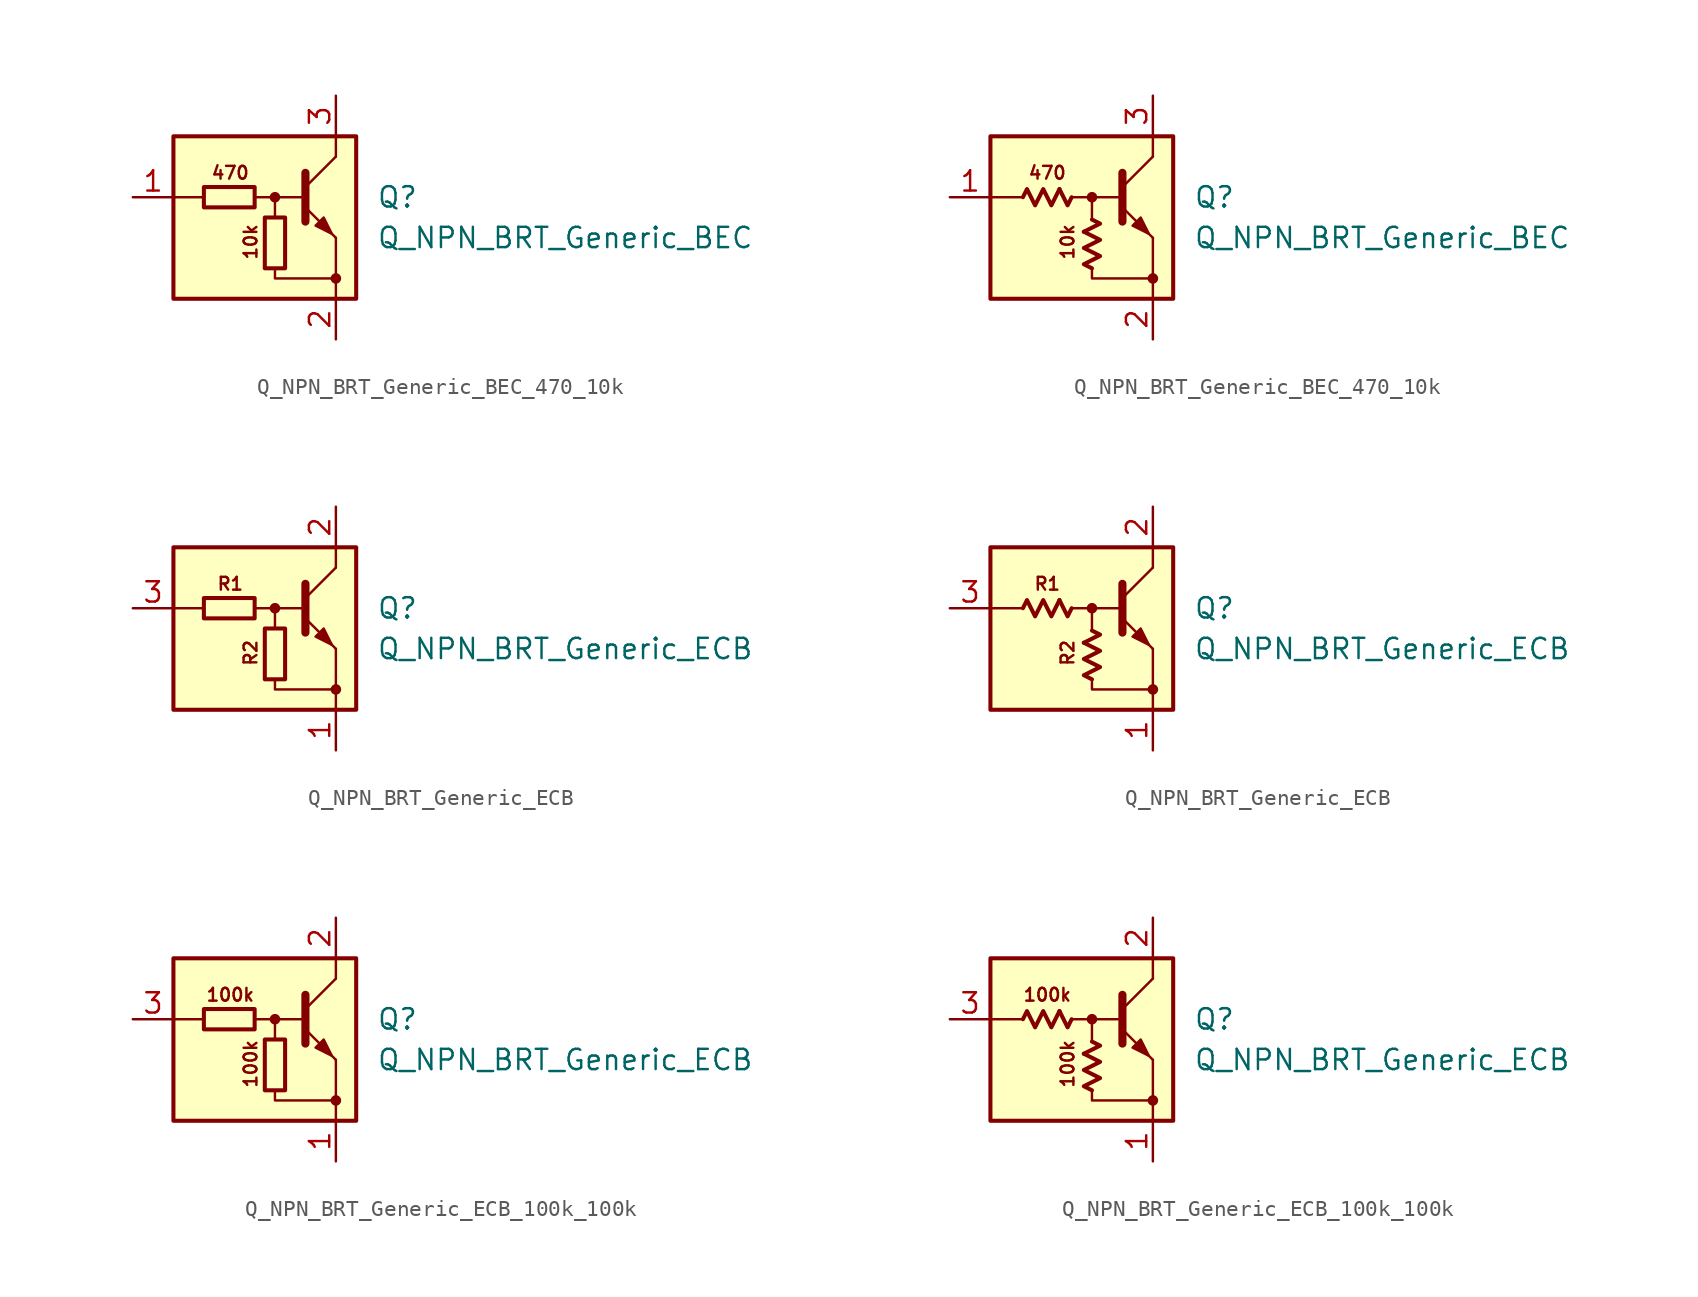
<source format=kicad_sym>
(kicad_symbol_lib
  (version 20220914)
  (generator kicad_symbol_editor)
  (symbol "Q_NPN_BRT_Generic_BEC_470_10k"
    (pin_names hide)
    (property "Reference" "Q"
      (at 6.35 1.27 0)
      (effects (font (size 1.27 1.27)) (justify left)))
    (property "Value" "Q_NPN_BRT_Generic_BEC"
      (at 6.35 -1.27 0)
      (effects (font (size 1.27 1.27)) (justify left)))
    (symbol "Q_NPN_BRT_Generic_BEC_470_10k_0_1"
      (rectangle (start -4.445 1.905) (end -1.27 0.635) (stroke (width 0.254) (type default)) (fill (type none)))
      (rectangle (start -0.635 0) (end 0.635 -3.175) (stroke (width 0.254) (type default)) (fill (type none))))
    (symbol "Q_NPN_BRT_Generic_BEC_470_10k_0_2"
      (polyline (pts (xy -2.032 1.778) (xy -1.524 0.762) (xy -1.27 1.27)) (stroke (width 0.254) (type default)) (fill (type none)))
      (polyline (pts (xy -0.508 -0.889) (xy 0.508 -0.381) (xy 0 -0.127)) (stroke (width 0.254) (type default)) (fill (type none)))
      (polyline (pts (xy -4.318 1.27) (xy -4.064 1.778) (xy -3.556 0.762) (xy -3.048 1.778) (xy -2.54 0.762) (xy -2.032 1.778)) (stroke (width 0.254) (type default)) (fill (type none)))
      (polyline (pts (xy 0 -3.175) (xy -0.508 -2.921) (xy 0.508 -2.413) (xy -0.508 -1.905) (xy 0.508 -1.397) (xy -0.508 -0.889)) (stroke (width 0.254) (type default)) (fill (type none))))
    (symbol "Q_NPN_BRT_Generic_BEC_470_10k_1_0"
      (rectangle (start -6.35 5.08) (end 5.08 -5.08) (stroke (width 0.254) (type default)) (fill (type background)))
      (polyline (pts (xy -4.445 1.27) (xy -6.35 1.27)) (stroke (width 0) (type default)) (fill (type none)))
      (polyline (pts (xy -0.254 1.27) (xy 1.905 1.27)) (stroke (width 0) (type default)) (fill (type none)))
      (polyline (pts (xy 1.905 1.905) (xy 3.81 3.81)) (stroke (width 0) (type default)) (fill (type none)))
      (polyline (pts (xy 1.905 2.794) (xy 1.905 -0.254)) (stroke (width 0.508) (type default)) (fill (type none)))
      (polyline (pts (xy 3.81 -3.81) (xy 3.81 -5.08)) (stroke (width 0) (type default)) (fill (type none)))
      (polyline (pts (xy 3.81 -3.81) (xy 3.81 -1.27)) (stroke (width 0) (type default)) (fill (type none)))
      (polyline (pts (xy 3.81 3.81) (xy 3.81 5.08)) (stroke (width 0) (type default)) (fill (type none)))
      (polyline (pts (xy -1.27 1.27) (xy 0 1.27) (xy 0 0)) (stroke (width 0) (type default)) (fill (type none)))
      (polyline (pts (xy 0 -3.175) (xy 0 -3.81) (xy 3.81 -3.81)) (stroke (width 0) (type default)) (fill (type none)))
      (polyline (pts (xy 1.905 0.635) (xy 3.81 -1.27) (xy 3.81 -1.27)) (stroke (width 0) (type default)) (fill (type none)))
      (polyline (pts (xy 2.54 -0.508) (xy 3.048 0) (xy 3.556 -1.016) (xy 2.54 -0.508) (xy 2.54 -0.508)) (stroke (width 0) (type default)) (fill (type outline)))
      (circle (center 0 1.27) (radius 0.254) (stroke (width 0) (type default)) (fill (type outline)))
      (circle (center 3.81 -3.81) (radius 0.254) (stroke (width 0) (type default)) (fill (type outline)))
      (text "10k" (at -1.524 -1.524 900) (effects (font (size 0.8 0.8))))
      (text "470" (at -2.794 2.794 0) (effects (font (size 0.8 0.8)))))
    (symbol "Q_NPN_BRT_Generic_BEC_470_10k_1_1"
      (pin input line (at -8.89 1.27 0) (length 2.54) (name "B" (effects (font (size 1.27 1.27)))) (number "1" (effects (font (size 1.27 1.27)))))
      (pin passive line (at 3.81 -7.62 90) (length 2.54) (name "E" (effects (font (size 1.27 1.27)))) (number "2" (effects (font (size 1.27 1.27)))))
      (pin passive line (at 3.81 7.62 270) (length 2.54) (name "C" (effects (font (size 1.27 1.27)))) (number "3" (effects (font (size 1.27 1.27))))))
    (symbol "Q_NPN_BRT_Generic_BEC_470_10k_1_2"
      (pin input line (at -8.89 1.27 0) (length 2.54) (name "B" (effects (font (size 1.27 1.27)))) (number "1" (effects (font (size 1.27 1.27)))))
      (pin passive line (at 3.81 -7.62 90) (length 2.54) (name "E" (effects (font (size 1.27 1.27)))) (number "2" (effects (font (size 1.27 1.27)))))
      (pin passive line (at 3.81 7.62 270) (length 2.54) (name "C" (effects (font (size 1.27 1.27)))) (number "3" (effects (font (size 1.27 1.27)))))))
  (symbol "Q_NPN_BRT_Generic_ECB"
    (pin_names hide)
    (property "Reference" "Q"
      (at 6.35 1.27 0)
      (effects (font (size 1.27 1.27)) (justify left)))
    (property "Value" "Q_NPN_BRT_Generic_ECB"
      (at 6.35 -1.27 0)
      (effects (font (size 1.27 1.27)) (justify left)))
    (symbol "Q_NPN_BRT_Generic_ECB_0_1"
      (rectangle (start -4.445 1.905) (end -1.27 0.635) (stroke (width 0.254) (type default)) (fill (type none)))
      (rectangle (start -0.635 0) (end 0.635 -3.175) (stroke (width 0.254) (type default)) (fill (type none))))
    (symbol "Q_NPN_BRT_Generic_ECB_0_2"
      (polyline (pts (xy -2.032 1.778) (xy -1.524 0.762) (xy -1.27 1.27)) (stroke (width 0.254) (type default)) (fill (type none)))
      (polyline (pts (xy -0.508 -0.889) (xy 0.508 -0.381) (xy 0 -0.127)) (stroke (width 0.254) (type default)) (fill (type none)))
      (polyline (pts (xy -4.318 1.27) (xy -4.064 1.778) (xy -3.556 0.762) (xy -3.048 1.778) (xy -2.54 0.762) (xy -2.032 1.778)) (stroke (width 0.254) (type default)) (fill (type none)))
      (polyline (pts (xy 0 -3.175) (xy -0.508 -2.921) (xy 0.508 -2.413) (xy -0.508 -1.905) (xy 0.508 -1.397) (xy -0.508 -0.889)) (stroke (width 0.254) (type default)) (fill (type none))))
    (symbol "Q_NPN_BRT_Generic_ECB_1_0"
      (rectangle (start -6.35 5.08) (end 5.08 -5.08) (stroke (width 0.254) (type default)) (fill (type background)))
      (polyline (pts (xy -4.445 1.27) (xy -6.35 1.27)) (stroke (width 0) (type default)) (fill (type none)))
      (polyline (pts (xy -0.254 1.27) (xy 1.905 1.27)) (stroke (width 0) (type default)) (fill (type none)))
      (polyline (pts (xy 1.905 1.905) (xy 3.81 3.81)) (stroke (width 0) (type default)) (fill (type none)))
      (polyline (pts (xy 1.905 2.794) (xy 1.905 -0.254)) (stroke (width 0.508) (type default)) (fill (type none)))
      (polyline (pts (xy 3.81 -3.81) (xy 3.81 -5.08)) (stroke (width 0) (type default)) (fill (type none)))
      (polyline (pts (xy 3.81 -3.81) (xy 3.81 -1.27)) (stroke (width 0) (type default)) (fill (type none)))
      (polyline (pts (xy 3.81 3.81) (xy 3.81 5.08)) (stroke (width 0) (type default)) (fill (type none)))
      (polyline (pts (xy -1.27 1.27) (xy 0 1.27) (xy 0 0)) (stroke (width 0) (type default)) (fill (type none)))
      (polyline (pts (xy 0 -3.175) (xy 0 -3.81) (xy 3.81 -3.81)) (stroke (width 0) (type default)) (fill (type none)))
      (polyline (pts (xy 1.905 0.635) (xy 3.81 -1.27) (xy 3.81 -1.27)) (stroke (width 0) (type default)) (fill (type none)))
      (polyline (pts (xy 2.54 -0.508) (xy 3.048 0) (xy 3.556 -1.016) (xy 2.54 -0.508) (xy 2.54 -0.508)) (stroke (width 0) (type default)) (fill (type outline)))
      (circle (center 0 1.27) (radius 0.254) (stroke (width 0) (type default)) (fill (type outline)))
      (circle (center 3.81 -3.81) (radius 0.254) (stroke (width 0) (type default)) (fill (type outline)))
      (text "R1" (at -2.794 2.794 0) (effects (font (size 0.8 0.8))))
      (text "R2" (at -1.524 -1.524 900) (effects (font (size 0.8 0.8)))))
    (symbol "Q_NPN_BRT_Generic_ECB_1_1"
      (pin passive line (at 3.81 -7.62 90) (length 2.54) (name "E" (effects (font (size 1.27 1.27)))) (number "1" (effects (font (size 1.27 1.27)))))
      (pin passive line (at 3.81 7.62 270) (length 2.54) (name "C" (effects (font (size 1.27 1.27)))) (number "2" (effects (font (size 1.27 1.27)))))
      (pin input line (at -8.89 1.27 0) (length 2.54) (name "B" (effects (font (size 1.27 1.27)))) (number "3" (effects (font (size 1.27 1.27))))))
    (symbol "Q_NPN_BRT_Generic_ECB_1_2"
      (pin passive line (at 3.81 -7.62 90) (length 2.54) (name "E" (effects (font (size 1.27 1.27)))) (number "1" (effects (font (size 1.27 1.27)))))
      (pin passive line (at 3.81 7.62 270) (length 2.54) (name "C" (effects (font (size 1.27 1.27)))) (number "2" (effects (font (size 1.27 1.27)))))
      (pin input line (at -8.89 1.27 0) (length 2.54) (name "B" (effects (font (size 1.27 1.27)))) (number "3" (effects (font (size 1.27 1.27)))))))
  (symbol "Q_NPN_BRT_Generic_ECB_100k_100k"
    (pin_names hide)
    (property "Reference" "Q"
      (at 6.35 1.27 0)
      (effects (font (size 1.27 1.27)) (justify left)))
    (property "Value" "Q_NPN_BRT_Generic_ECB"
      (at 6.35 -1.27 0)
      (effects (font (size 1.27 1.27)) (justify left)))
    (symbol "Q_NPN_BRT_Generic_ECB_100k_100k_0_1"
      (rectangle (start -4.445 1.905) (end -1.27 0.635) (stroke (width 0.254) (type default)) (fill (type none)))
      (rectangle (start -0.635 0) (end 0.635 -3.175) (stroke (width 0.254) (type default)) (fill (type none))))
    (symbol "Q_NPN_BRT_Generic_ECB_100k_100k_0_2"
      (polyline (pts (xy -2.032 1.778) (xy -1.524 0.762) (xy -1.27 1.27)) (stroke (width 0.254) (type default)) (fill (type none)))
      (polyline (pts (xy -0.508 -0.889) (xy 0.508 -0.381) (xy 0 -0.127)) (stroke (width 0.254) (type default)) (fill (type none)))
      (polyline (pts (xy -4.318 1.27) (xy -4.064 1.778) (xy -3.556 0.762) (xy -3.048 1.778) (xy -2.54 0.762) (xy -2.032 1.778)) (stroke (width 0.254) (type default)) (fill (type none)))
      (polyline (pts (xy 0 -3.175) (xy -0.508 -2.921) (xy 0.508 -2.413) (xy -0.508 -1.905) (xy 0.508 -1.397) (xy -0.508 -0.889)) (stroke (width 0.254) (type default)) (fill (type none))))
    (symbol "Q_NPN_BRT_Generic_ECB_100k_100k_1_0"
      (rectangle (start -6.35 5.08) (end 5.08 -5.08) (stroke (width 0.254) (type default)) (fill (type background)))
      (polyline (pts (xy -4.445 1.27) (xy -6.35 1.27)) (stroke (width 0) (type default)) (fill (type none)))
      (polyline (pts (xy -0.254 1.27) (xy 1.905 1.27)) (stroke (width 0) (type default)) (fill (type none)))
      (polyline (pts (xy 1.905 1.905) (xy 3.81 3.81)) (stroke (width 0) (type default)) (fill (type none)))
      (polyline (pts (xy 1.905 2.794) (xy 1.905 -0.254)) (stroke (width 0.508) (type default)) (fill (type none)))
      (polyline (pts (xy 3.81 -3.81) (xy 3.81 -5.08)) (stroke (width 0) (type default)) (fill (type none)))
      (polyline (pts (xy 3.81 -3.81) (xy 3.81 -1.27)) (stroke (width 0) (type default)) (fill (type none)))
      (polyline (pts (xy 3.81 3.81) (xy 3.81 5.08)) (stroke (width 0) (type default)) (fill (type none)))
      (polyline (pts (xy -1.27 1.27) (xy 0 1.27) (xy 0 0)) (stroke (width 0) (type default)) (fill (type none)))
      (polyline (pts (xy 0 -3.175) (xy 0 -3.81) (xy 3.81 -3.81)) (stroke (width 0) (type default)) (fill (type none)))
      (polyline (pts (xy 1.905 0.635) (xy 3.81 -1.27) (xy 3.81 -1.27)) (stroke (width 0) (type default)) (fill (type none)))
      (polyline (pts (xy 2.54 -0.508) (xy 3.048 0) (xy 3.556 -1.016) (xy 2.54 -0.508) (xy 2.54 -0.508)) (stroke (width 0) (type default)) (fill (type outline)))
      (circle (center 0 1.27) (radius 0.254) (stroke (width 0) (type default)) (fill (type outline)))
      (circle (center 3.81 -3.81) (radius 0.254) (stroke (width 0) (type default)) (fill (type outline)))
      (text "100k" (at -2.794 2.794 0) (effects (font (size 0.8 0.8))))
      (text "100k" (at -1.524 -1.524 900) (effects (font (size 0.8 0.8)))))
    (symbol "Q_NPN_BRT_Generic_ECB_100k_100k_1_1"
      (pin passive line (at 3.81 -7.62 90) (length 2.54) (name "E" (effects (font (size 1.27 1.27)))) (number "1" (effects (font (size 1.27 1.27)))))
      (pin passive line (at 3.81 7.62 270) (length 2.54) (name "C" (effects (font (size 1.27 1.27)))) (number "2" (effects (font (size 1.27 1.27)))))
      (pin input line (at -8.89 1.27 0) (length 2.54) (name "B" (effects (font (size 1.27 1.27)))) (number "3" (effects (font (size 1.27 1.27))))))
    (symbol "Q_NPN_BRT_Generic_ECB_100k_100k_1_2"
      (pin passive line (at 3.81 -7.62 90) (length 2.54) (name "E" (effects (font (size 1.27 1.27)))) (number "1" (effects (font (size 1.27 1.27)))))
      (pin passive line (at 3.81 7.62 270) (length 2.54) (name "C" (effects (font (size 1.27 1.27)))) (number "2" (effects (font (size 1.27 1.27)))))
      (pin input line (at -8.89 1.27 0) (length 2.54) (name "B" (effects (font (size 1.27 1.27)))) (number "3" (effects (font (size 1.27 1.27))))))))
</source>
